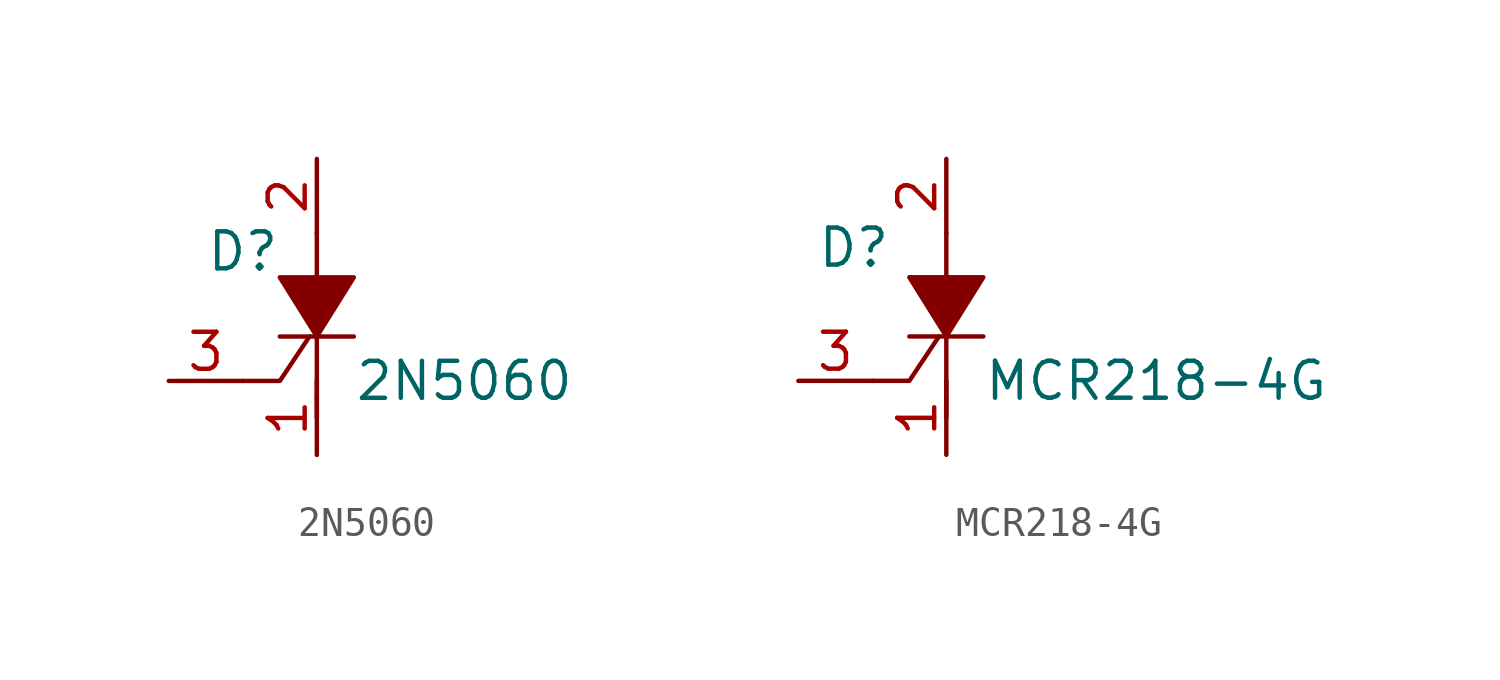
<source format=kicad_sym>
(kicad_symbol_lib
  (version 20231120)
  (generator "kicad_symbol_editor")
  (generator_version "8.0")
  (symbol "2N5060"
    (pin_names
      (offset 0) hide)
    (property "Reference" "D"
      (at -2.54 1.905 0)
      (effects (font (size 1.27 1.27))))
    (property "Value" "2N5060"
      (at 1.27 -2.54 0)
      (effects (font (size 1.27 1.27)) (justify left)))
    (symbol "2N5060_0_1"
      (polyline (pts (xy -1.27 -1.016) (xy 1.27 -1.016)) (stroke (width 0) (type solid)) (fill (type none)))
      (polyline (pts (xy 0 -3.175) (xy 0 -3.81)) (stroke (width 0) (type solid)) (fill (type none)))
      (polyline (pts (xy 0 -3.175) (xy 0 -0.635)) (stroke (width 0) (type solid)) (fill (type none)))
      (polyline (pts (xy 0 0.635) (xy 0 2.54)) (stroke (width 0) (type solid)) (fill (type none)))
      (polyline (pts (xy -0.254 -1.016) (xy -1.27 -2.54) (xy -2.54 -2.54)) (stroke (width 0) (type solid)) (fill (type none)))
      (polyline (pts (xy 0 -1.016) (xy -1.27 1.016) (xy 1.27 1.016) (xy 0 -1.016)) (stroke (width 0) (type solid)) (fill (type outline))))
    (symbol "2N5060_1_1"
      (pin passive line (at 0 -5.08 90) (length 2.54) (name "C" (effects (font (size 1.27 1.27)))) (number "1" (effects (font (size 1.27 1.27)))))
      (pin passive line (at 0 5.08 270) (length 2.54) (name "A" (effects (font (size 1.27 1.27)))) (number "2" (effects (font (size 1.27 1.27)))))
      (pin input line (at -5.08 -2.54 0) (length 2.54) (name "G" (effects (font (size 1.27 1.27)))) (number "3" (effects (font (size 1.27 1.27)))))))
  (symbol "MCR218-4G"
    (pin_names
      (offset 0) hide)
    (property "Reference" "D"
      (at -3.175 2.032 0)
      (effects (font (size 1.27 1.27))))
    (property "Value" "MCR218-4G"
      (at 1.27 -2.54 0)
      (effects (font (size 1.27 1.27)) (justify left)))
    (symbol "MCR218-4G_0_1"
      (polyline (pts (xy -1.27 -1.016) (xy 1.27 -1.016)) (stroke (width 0) (type solid)) (fill (type none)))
      (polyline (pts (xy 0 -3.175) (xy 0 -3.81)) (stroke (width 0) (type solid)) (fill (type none)))
      (polyline (pts (xy 0 -3.175) (xy 0 -0.635)) (stroke (width 0) (type solid)) (fill (type none)))
      (polyline (pts (xy 0 0.635) (xy 0 2.54)) (stroke (width 0) (type solid)) (fill (type none)))
      (polyline (pts (xy -0.254 -1.016) (xy -1.27 -2.54) (xy -2.54 -2.54)) (stroke (width 0) (type solid)) (fill (type none)))
      (polyline (pts (xy 0 -1.016) (xy -1.27 1.016) (xy 1.27 1.016) (xy 0 -1.016)) (stroke (width 0) (type solid)) (fill (type outline))))
    (symbol "MCR218-4G_1_1"
      (pin passive line (at 0 -5.08 90) (length 2.54) (name "C" (effects (font (size 1.27 1.27)))) (number "1" (effects (font (size 1.27 1.27)))))
      (pin passive line (at 0 5.08 270) (length 2.54) (name "A" (effects (font (size 1.27 1.27)))) (number "2" (effects (font (size 1.27 1.27)))))
      (pin input line (at -5.08 -2.54 0) (length 2.54) (name "G" (effects (font (size 1.27 1.27)))) (number "3" (effects (font (size 1.27 1.27))))))))
</source>
